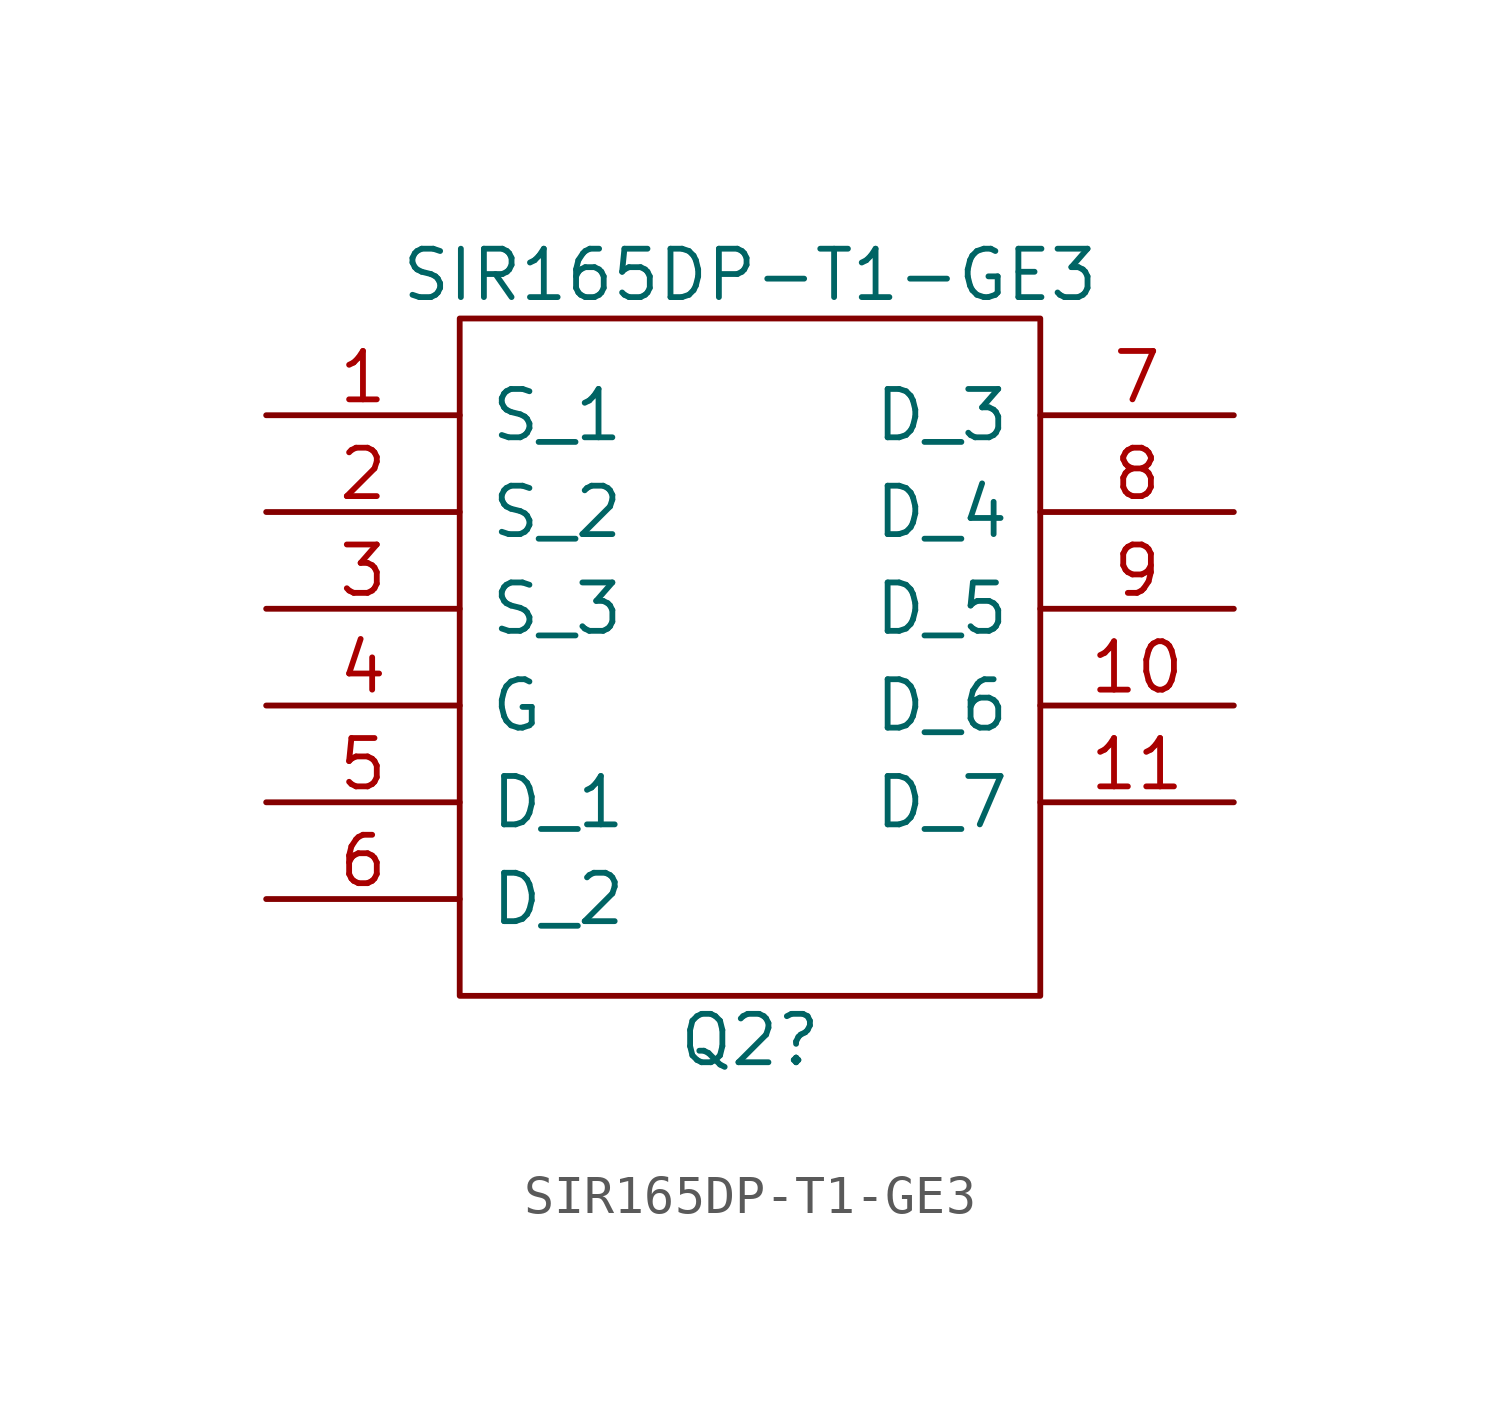
<source format=kicad_sym>
(kicad_symbol_lib
  (version 20210619)
  (generator kicad_symbol_editor)
  (symbol "SamacSys_Parts:SIR165DP-T1-GE3"
    (pin_names
      (offset 0.762))
    (property "Reference" "Q2"
      (at 12.7 -16.404 0)
      (effects (font (size 1.27 1.27))))
    (property "Value" "SIR165DP-T1-GE3"
      (at 12.7 3.681 0)
      (effects (font (size 1.27 1.27))))
    (symbol "SIR165DP-T1-GE3_0_0"
      (pin passive line (at 0 0 0) (length 5.08) (name "S_1" (effects (font (size 1.27 1.27)))) (number "1" (effects (font (size 1.27 1.27)))))
      (pin passive line (at 25.4 -7.62 180) (length 5.08) (name "D_6" (effects (font (size 1.27 1.27)))) (number "10" (effects (font (size 1.27 1.27)))))
      (pin passive line (at 25.4 -10.16 180) (length 5.08) (name "D_7" (effects (font (size 1.27 1.27)))) (number "11" (effects (font (size 1.27 1.27)))))
      (pin passive line (at 0 -2.54 0) (length 5.08) (name "S_2" (effects (font (size 1.27 1.27)))) (number "2" (effects (font (size 1.27 1.27)))))
      (pin passive line (at 0 -5.08 0) (length 5.08) (name "S_3" (effects (font (size 1.27 1.27)))) (number "3" (effects (font (size 1.27 1.27)))))
      (pin passive line (at 0 -7.62 0) (length 5.08) (name "G" (effects (font (size 1.27 1.27)))) (number "4" (effects (font (size 1.27 1.27)))))
      (pin passive line (at 0 -10.16 0) (length 5.08) (name "D_1" (effects (font (size 1.27 1.27)))) (number "5" (effects (font (size 1.27 1.27)))))
      (pin passive line (at 0 -12.7 0) (length 5.08) (name "D_2" (effects (font (size 1.27 1.27)))) (number "6" (effects (font (size 1.27 1.27)))))
      (pin passive line (at 25.4 0 180) (length 5.08) (name "D_3" (effects (font (size 1.27 1.27)))) (number "7" (effects (font (size 1.27 1.27)))))
      (pin passive line (at 25.4 -2.54 180) (length 5.08) (name "D_4" (effects (font (size 1.27 1.27)))) (number "8" (effects (font (size 1.27 1.27)))))
      (pin passive line (at 25.4 -5.08 180) (length 5.08) (name "D_5" (effects (font (size 1.27 1.27)))) (number "9" (effects (font (size 1.27 1.27))))))
    (symbol "SIR165DP-T1-GE3_0_1"
      (polyline (pts (xy 5.08 2.54) (xy 20.32 2.54) (xy 20.32 -15.24) (xy 5.08 -15.24) (xy 5.08 2.54)) (stroke (width 0.152)) (fill (type none))))))
</source>
